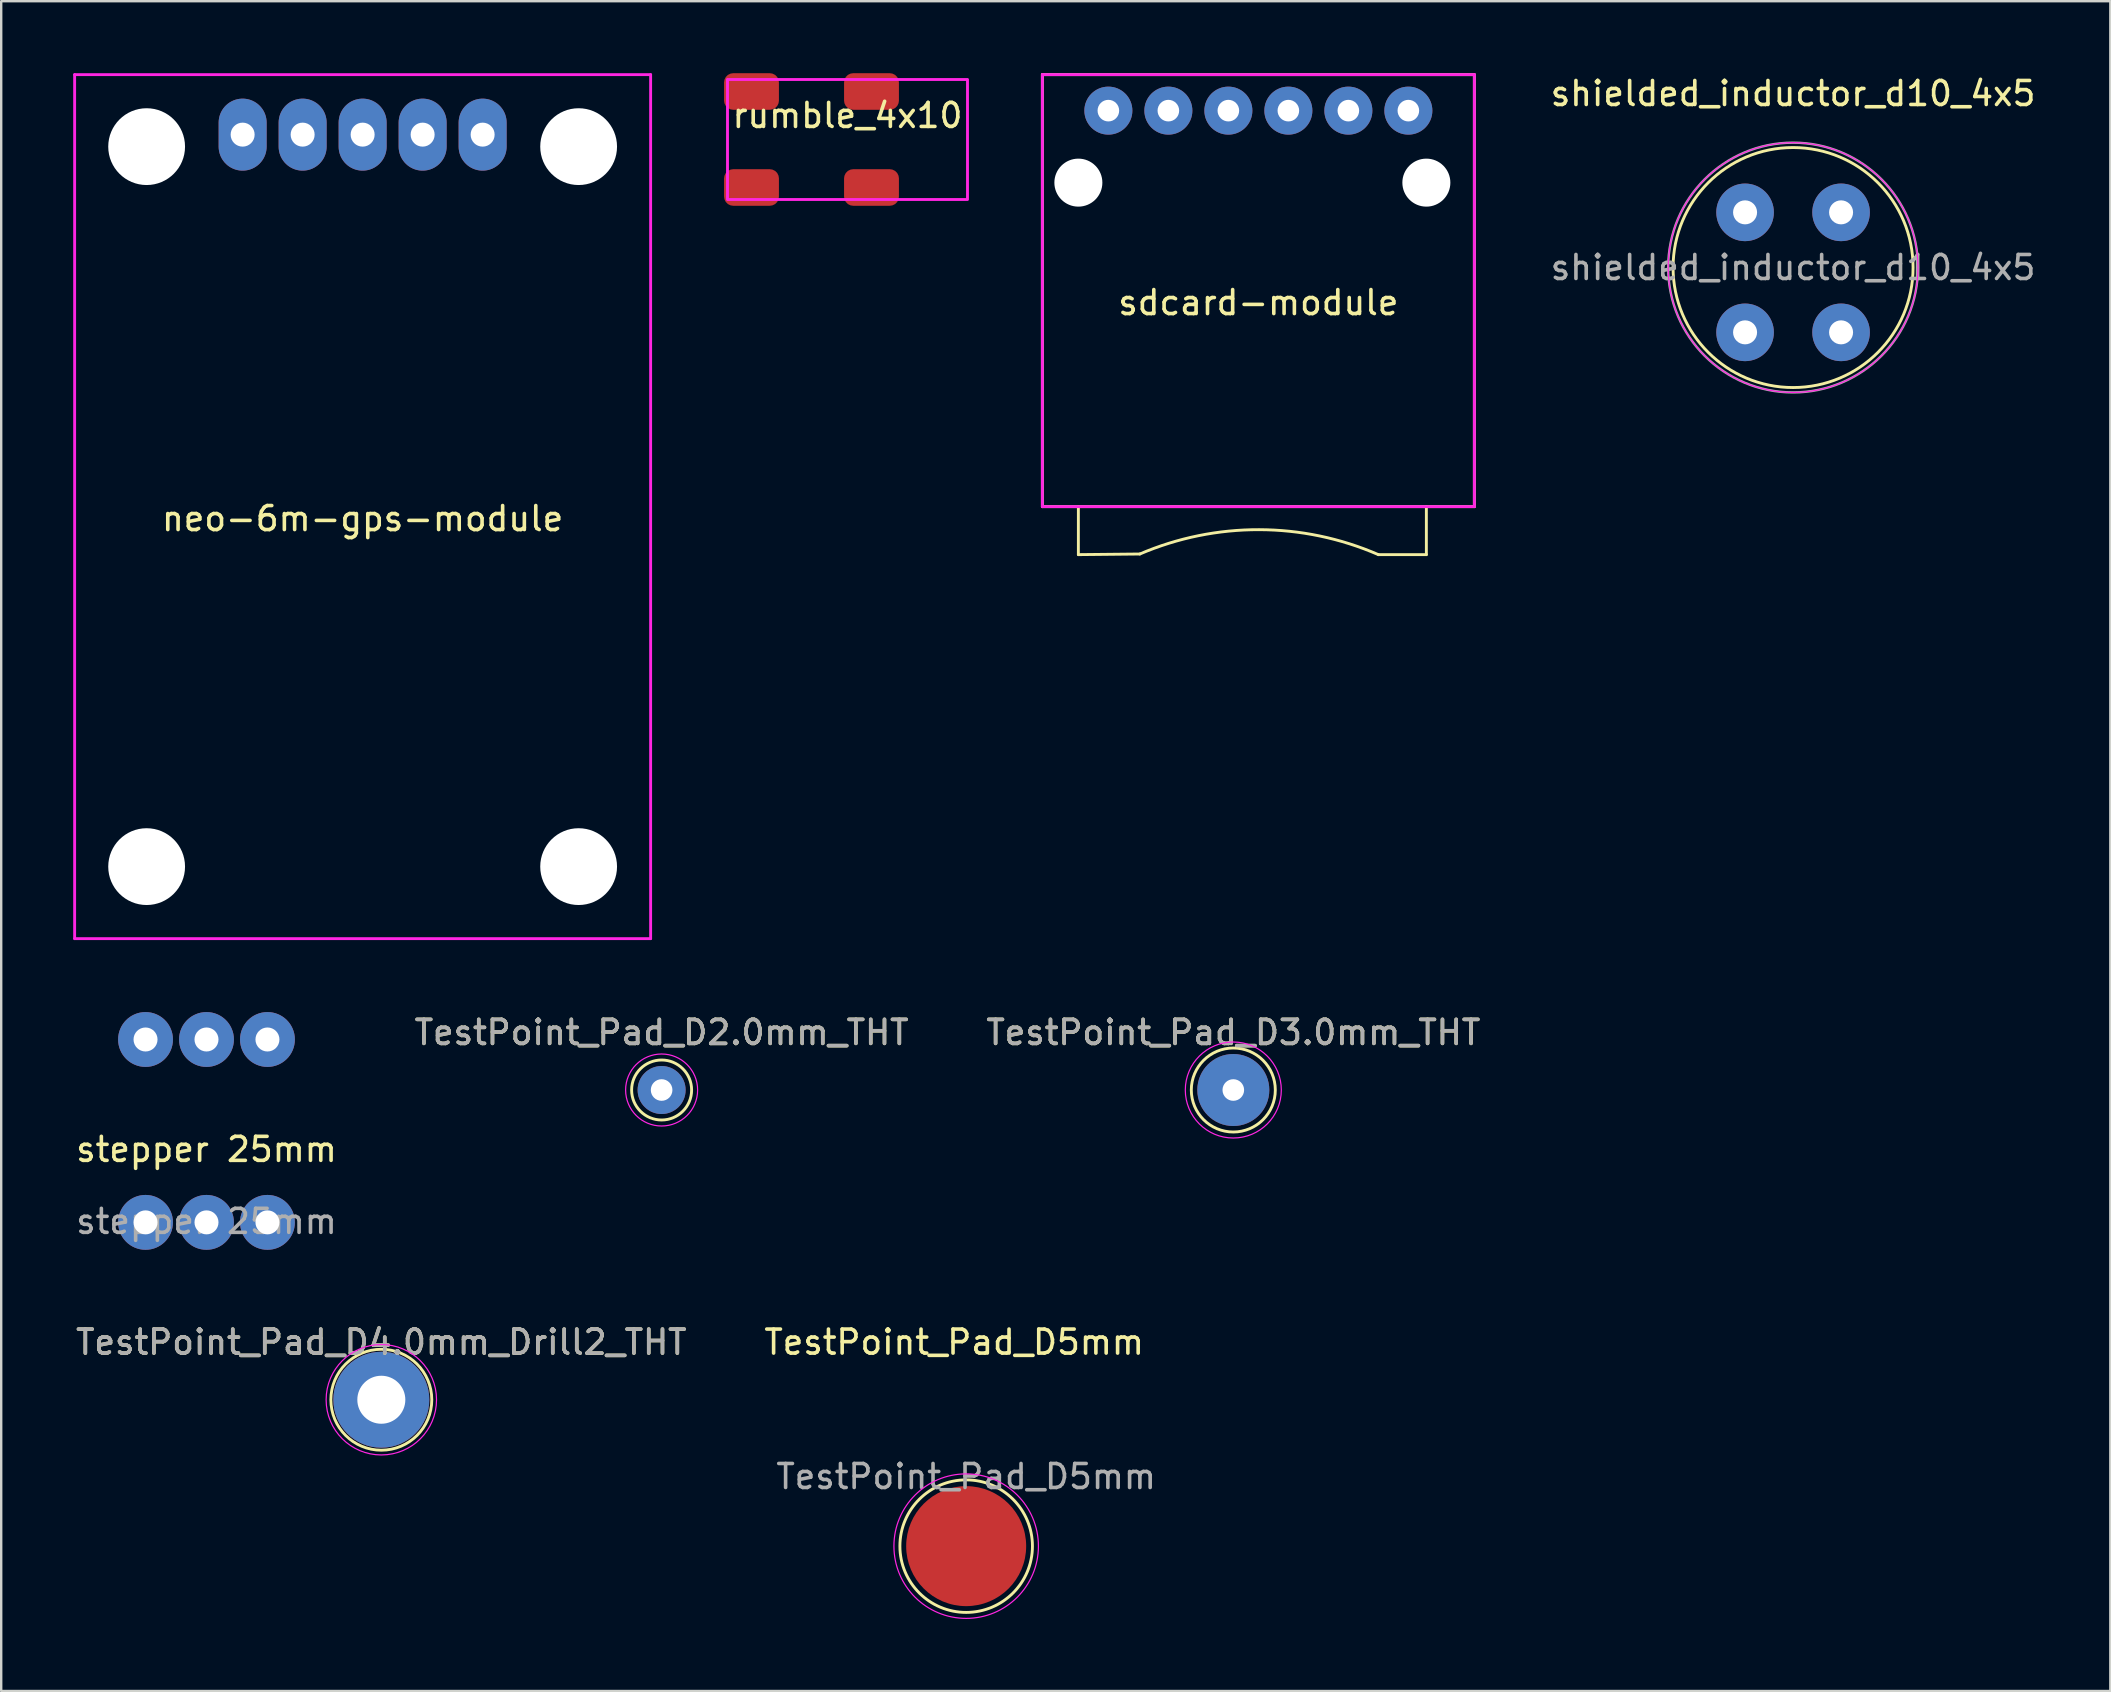
<source format=kicad_pcb>
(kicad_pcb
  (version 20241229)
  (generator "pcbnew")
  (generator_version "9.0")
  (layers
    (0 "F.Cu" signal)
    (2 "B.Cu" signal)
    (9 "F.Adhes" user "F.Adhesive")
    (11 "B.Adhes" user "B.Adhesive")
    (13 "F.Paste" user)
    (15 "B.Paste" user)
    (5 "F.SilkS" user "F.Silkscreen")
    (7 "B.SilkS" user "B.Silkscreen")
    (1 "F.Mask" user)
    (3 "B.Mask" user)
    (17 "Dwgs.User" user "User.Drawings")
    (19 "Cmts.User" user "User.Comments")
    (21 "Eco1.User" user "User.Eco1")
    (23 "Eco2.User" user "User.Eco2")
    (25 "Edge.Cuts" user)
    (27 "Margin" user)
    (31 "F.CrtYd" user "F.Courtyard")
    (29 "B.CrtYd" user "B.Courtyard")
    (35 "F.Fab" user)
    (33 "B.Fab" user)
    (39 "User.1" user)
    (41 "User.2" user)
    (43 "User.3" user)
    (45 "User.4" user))
  (footprint "stepper 25mm"
    (layer "F.Cu")
    (at 5.554 45.343)
    (property "Reference" "stepper 25mm" (at 0 -0.5 0) (unlocked yes) (layer "F.SilkS") (effects (font (size 1 1) (thickness 0.15))))
    (attr through_hole)
    (fp_text user "${REFERENCE}" (at 0 2.5 0) (unlocked yes) (layer "F.Fab") (effects (font (size 1 1) (thickness 0.15))))
    (pad "1" thru_hole circle (at -2.54 -5.08) (size 2.286 2.286) (drill 1) (layers "*.Cu" "*.Mask"))
    (pad "2" thru_hole circle (at 0 -5.08) (size 2.286 2.286) (drill 1) (layers "*.Cu" "*.Mask"))
    (pad "3" thru_hole circle (at 2.54 -5.08) (size 2.286 2.286) (drill 1) (layers "*.Cu" "*.Mask"))
    (pad "4" thru_hole circle (at -2.54 2.54) (size 2.286 2.286) (drill 1) (layers "*.Cu" "*.Mask"))
    (pad "5" thru_hole circle (at 0 2.54) (size 2.286 2.286) (drill 1) (layers "*.Cu" "*.Mask"))
    (pad "6" thru_hole circle (at 2.54 2.54) (size 2.286 2.286) (drill 1) (layers "*.Cu" "*.Mask")))
  (footprint "TestPoint_Pad_D3.0mm_THT"
    (layer "F.Cu")
    (at 48.339 42.368)
    (property "Reference" "TestPoint_Pad_D3.0mm_THT" (at 0 -2.398 0) (layer "F.SilkS") (effects (font (size 1 1) (thickness 0.15))))
    (attr exclude_from_pos_files exclude_from_bom)
    (fp_circle (center 0 0) (end 0 1.75) (stroke (width 0.12) (type solid)) (fill no) (layer "F.SilkS"))
    (fp_circle (center 0 0) (end 2 0) (stroke (width 0.05) (type solid)) (fill no) (layer "F.CrtYd"))
    (fp_text user "${REFERENCE}" (at 0 -2.4 0) (layer "F.Fab") (effects (font (size 1 1) (thickness 0.15))))
    (pad "1" thru_hole circle (at 0 0) (size 3 3) (drill 0.9) (layers "*.Cu" "*.Mask")))
  (footprint "sdcard-module"
    (layer "F.Cu")
    (at 49.383 9.06)
    (property "Reference" "sdcard-module" (at 0 0.5 0) (layer "F.SilkS") (effects (font (size 1 1) (thickness 0.15))))
    (attr through_hole)
    (fp_line (start -9 -9) (end -9 9) (stroke (width 0.12) (type solid)) (layer "F.SilkS"))
    (fp_line (start -9 9) (end 9 9) (stroke (width 0.12) (type solid)) (layer "F.SilkS"))
    (fp_line (start -7.5 9) (end -7.5 11) (stroke (width 0.12) (type solid)) (layer "F.SilkS"))
    (fp_line (start -4.94 10.974) (end -7.5 11) (stroke (width 0.12) (type solid)) (layer "F.SilkS"))
    (fp_line (start 7 9) (end 7 11) (stroke (width 0.12) (type solid)) (layer "F.SilkS"))
    (fp_line (start 7 11) (end 5 11) (stroke (width 0.12) (type solid)) (layer "F.SilkS"))
    (fp_line (start 9 -9) (end -9 -9) (stroke (width 0.12) (type solid)) (layer "F.SilkS"))
    (fp_line (start 9 9) (end 9 -9) (stroke (width 0.12) (type solid)) (layer "F.SilkS"))
    (fp_arc (start -4.939723 10.973981) (mid 0.032826 9.960108) (end 4.999999 11.000001) (stroke (width 0.12) (type solid)) (layer "F.SilkS"))
    (fp_line (start -9 -9) (end -9 9) (stroke (width 0.12) (type solid)) (layer "F.CrtYd"))
    (fp_line (start -9 9) (end 9 9) (stroke (width 0.12) (type solid)) (layer "F.CrtYd"))
    (fp_line (start 9 -9) (end -9 -9) (stroke (width 0.12) (type solid)) (layer "F.CrtYd"))
    (fp_line (start 9 9) (end 9 -9) (stroke (width 0.12) (type solid)) (layer "F.CrtYd"))
    (pad "" np_thru_hole circle (at -7.5 -4.5) (size 2 2) (drill 2) (layers "*.Cu" "*.Mask"))
    (pad "" np_thru_hole circle (at 7 -4.5) (size 2 2) (drill 2) (layers "*.Cu" "*.Mask"))
    (pad "1" thru_hole circle (at -6.25 -7.5) (size 2 2) (drill 0.9) (layers "*.Cu" "*.Mask"))
    (pad "2" thru_hole circle (at -3.75 -7.5) (size 2 2) (drill 0.9) (layers "*.Cu" "*.Mask"))
    (pad "3" thru_hole circle (at -1.25 -7.5) (size 2 2) (drill 0.9) (layers "*.Cu" "*.Mask"))
    (pad "4" thru_hole circle (at 1.25 -7.5) (size 2 2) (drill 0.9) (layers "*.Cu" "*.Mask"))
    (pad "5" thru_hole circle (at 3.75 -7.5) (size 2 2) (drill 0.9) (layers "*.Cu" "*.Mask"))
    (pad "6" thru_hole circle (at 6.25 -7.5) (size 2 2) (drill 0.9) (layers "*.Cu" "*.Mask")))
  (footprint "TestPoint_Pad_D4.0mm_Drill2_THT"
    (layer "F.Cu")
    (at 12.839 55.274)
    (property "Reference" "TestPoint_Pad_D4.0mm_Drill2_THT" (at 0 -2.398 0) (layer "F.SilkS") (effects (font (size 1 1) (thickness 0.15))))
    (attr exclude_from_pos_files exclude_from_bom)
    (fp_circle (center 0 0) (end 2.1 -0.1) (stroke (width 0.12) (type solid)) (fill no) (layer "F.SilkS"))
    (fp_circle (center 0 0) (end 2.3 0) (stroke (width 0.05) (type solid)) (fill no) (layer "F.CrtYd"))
    (fp_text user "${REFERENCE}" (at 0 -2.4 0) (layer "F.Fab") (effects (font (size 1 1) (thickness 0.15))))
    (pad "1" thru_hole circle (at 0 0) (size 4 4) (drill 2) (layers "*.Cu" "*.Mask")))
  (footprint "TestPoint_Pad_D2.0mm_THT"
    (layer "F.Cu")
    (at 24.518 42.368)
    (property "Reference" "TestPoint_Pad_D2.0mm_THT" (at 0 -2.398 0) (layer "F.SilkS") (effects (font (size 1 1) (thickness 0.15))))
    (attr exclude_from_pos_files exclude_from_bom)
    (fp_circle (center 0 0) (end 1.25 0) (stroke (width 0.12) (type solid)) (fill no) (layer "F.SilkS"))
    (fp_circle (center 0 0) (end 1.5 0) (stroke (width 0.05) (type solid)) (fill no) (layer "F.CrtYd"))
    (fp_text user "${REFERENCE}" (at 0 -2.4 0) (layer "F.Fab") (effects (font (size 1 1) (thickness 0.15))))
    (pad "1" thru_hole circle (at 0 0) (size 2 2) (drill 0.9) (layers "*.Cu" "*.Mask")))
  (footprint "TestPoint_Pad_D5mm"
    (layer "F.Cu")
    (at 37.208 61.374)
    (property "Reference" "TestPoint_Pad_D5mm" (at -0.5 -8.5 0) (layer "F.SilkS") (effects (font (size 1 1) (thickness 0.15))))
    (attr exclude_from_pos_files exclude_from_bom)
    (fp_circle (center 0 0) (end 2.75 0.25) (stroke (width 0.12) (type solid)) (fill no) (layer "F.SilkS"))
    (fp_circle (center 0 0) (end 3 0.25) (stroke (width 0.05) (type solid)) (fill no) (layer "F.CrtYd"))
    (fp_text user "${REFERENCE}" (at 0 -2.9 0) (layer "F.Fab") (effects (font (size 1 1) (thickness 0.15))))
    (pad "1" smd circle (at 0 0) (size 5 5) (layers "F.Cu" "F.Mask")))
  (footprint "neo-6m-gps-module"
    (layer "F.Cu")
    (at 12.06 18.06)
    (property "Reference" "neo-6m-gps-module" (at 0 0.5 0) (layer "F.SilkS") (effects (font (size 1 1) (thickness 0.15))))
    (attr through_hole)
    (fp_line (start -12 -18) (end -12 18) (stroke (width 0.12) (type solid)) (layer "F.CrtYd"))
    (fp_line (start -12 18) (end 12 18) (stroke (width 0.12) (type solid)) (layer "F.CrtYd"))
    (fp_line (start 12 -18) (end -12 -18) (stroke (width 0.12) (type solid)) (layer "F.CrtYd"))
    (fp_line (start 12 18) (end 12 -18) (stroke (width 0.12) (type solid)) (layer "F.CrtYd"))
    (pad "" np_thru_hole circle (at -9 -15) (size 3.2 3.2) (drill 3.2) (layers "*.Cu" "*.Mask"))
    (pad "" np_thru_hole circle (at -9 15) (size 3.2 3.2) (drill 3.2) (layers "*.Cu" "*.Mask"))
    (pad "" np_thru_hole circle (at 9 -15) (size 3.2 3.2) (drill 3.2) (layers "*.Cu" "*.Mask"))
    (pad "" np_thru_hole circle (at 9 15) (size 3.2 3.2) (drill 3.2) (layers "*.Cu" "*.Mask"))
    (pad "1" thru_hole oval (at -5 -15.5) (size 2 3) (drill 1) (layers "*.Cu" "*.Mask"))
    (pad "2" thru_hole oval (at -2.5 -15.5) (size 2 3) (drill 1) (layers "*.Cu" "*.Mask"))
    (pad "3" thru_hole oval (at 0 -15.5) (size 2 3) (drill 1) (layers "*.Cu" "*.Mask"))
    (pad "4" thru_hole oval (at 2.5 -15.5) (size 2 3) (drill 1) (layers "*.Cu" "*.Mask"))
    (pad "5" thru_hole oval (at 5 -15.5) (size 2 3) (drill 1) (layers "*.Cu" "*.Mask")))
  (footprint "rumble_4x10"
    (layer "F.Cu")
    (at 32.263 2.262)
    (property "Reference" "rumble_4x10" (at 0 -0.5 0) (unlocked yes) (layer "F.SilkS") (effects (font (size 1 1) (thickness 0.15))))
    (attr smd)
    (fp_rect (start -5 -2) (end 5 3) (stroke (width 0.12) (type solid)) (fill no) (layer "F.CrtYd"))
    (pad "" smd roundrect (at 1 -1.5) (size 2.286 1.524) (layers "F.Cu" "F.Mask" "F.Paste") (roundrect_rratio 0.25))
    (pad "" smd roundrect (at 1 2.5) (size 2.286 1.524) (layers "F.Cu" "F.Mask" "F.Paste") (roundrect_rratio 0.25))
    (pad "1" smd roundrect (at -4 -1.5) (size 2.286 1.524) (layers "F.Cu" "F.Mask" "F.Paste") (roundrect_rratio 0.25))
    (pad "2" smd roundrect (at -4 2.5) (size 2.286 1.524) (layers "F.Cu" "F.Mask" "F.Paste") (roundrect_rratio 0.25))
    (zone (net_name "") (layer "F.Cu") (name "rumble") (hatch edge 0.508) (connect_pads) (min_thickness 0.254) (filled_areas_thickness no) (keepout (tracks allowed) (vias allowed) (pads allowed) (copperpour allowed) (footprints not_allowed)) (placement (enabled no)) (fill) (polygon (pts (xy 37.263 5.262) (xy 34.263 5.262) (xy 34.263 0.262) (xy 37.263 0.262)))))
  (footprint "shielded_inductor_d10_4x5"
    (layer "F.Cu")
    (at 71.663 8.298)
    (property "Reference" "shielded_inductor_d10_4x5" (at 0 -7.45 0) (layer "F.SilkS") (effects (font (size 1 1) (thickness 0.15))))
    (attr through_hole)
    (fp_circle (center 0 -0.2) (end 5 -0.2) (stroke (width 0.12) (type solid)) (fill no) (layer "F.SilkS"))
    (fp_circle (center 0 -0.2) (end 5.2 0) (stroke (width 0.05) (type solid)) (fill no) (layer "F.CrtYd"))
    (fp_circle (center 0 -0.2) (end 5.2 0) (stroke (width 0.1) (type solid)) (fill no) (layer "F.Fab"))
    (fp_text user "${REFERENCE}" (at 0 -0.2 0) (layer "F.Fab") (effects (font (size 1 1) (thickness 0.15))))
    (pad "1" thru_hole circle (at -2 -2.5) (size 2.4 2.4) (drill 1) (layers "*.Cu" "*.Mask"))
    (pad "2" thru_hole circle (at 2 2.5) (size 2.4 2.4) (drill 1) (layers "*.Cu" "*.Mask"))
    (pad "3" thru_hole circle (at -2 2.5) (size 2.4 2.4) (drill 1) (layers "*.Cu" "*.Mask"))
    (pad "4" thru_hole circle (at 2 -2.5) (size 2.4 2.4) (drill 1) (layers "*.Cu" "*.Mask")))
  (gr_rect
    (start -3 -3)
    (end 84.883 67.41)
    (stroke (width 0.1) (type default))
    (fill no)
    (layer "Edge.Cuts")))
</source>
